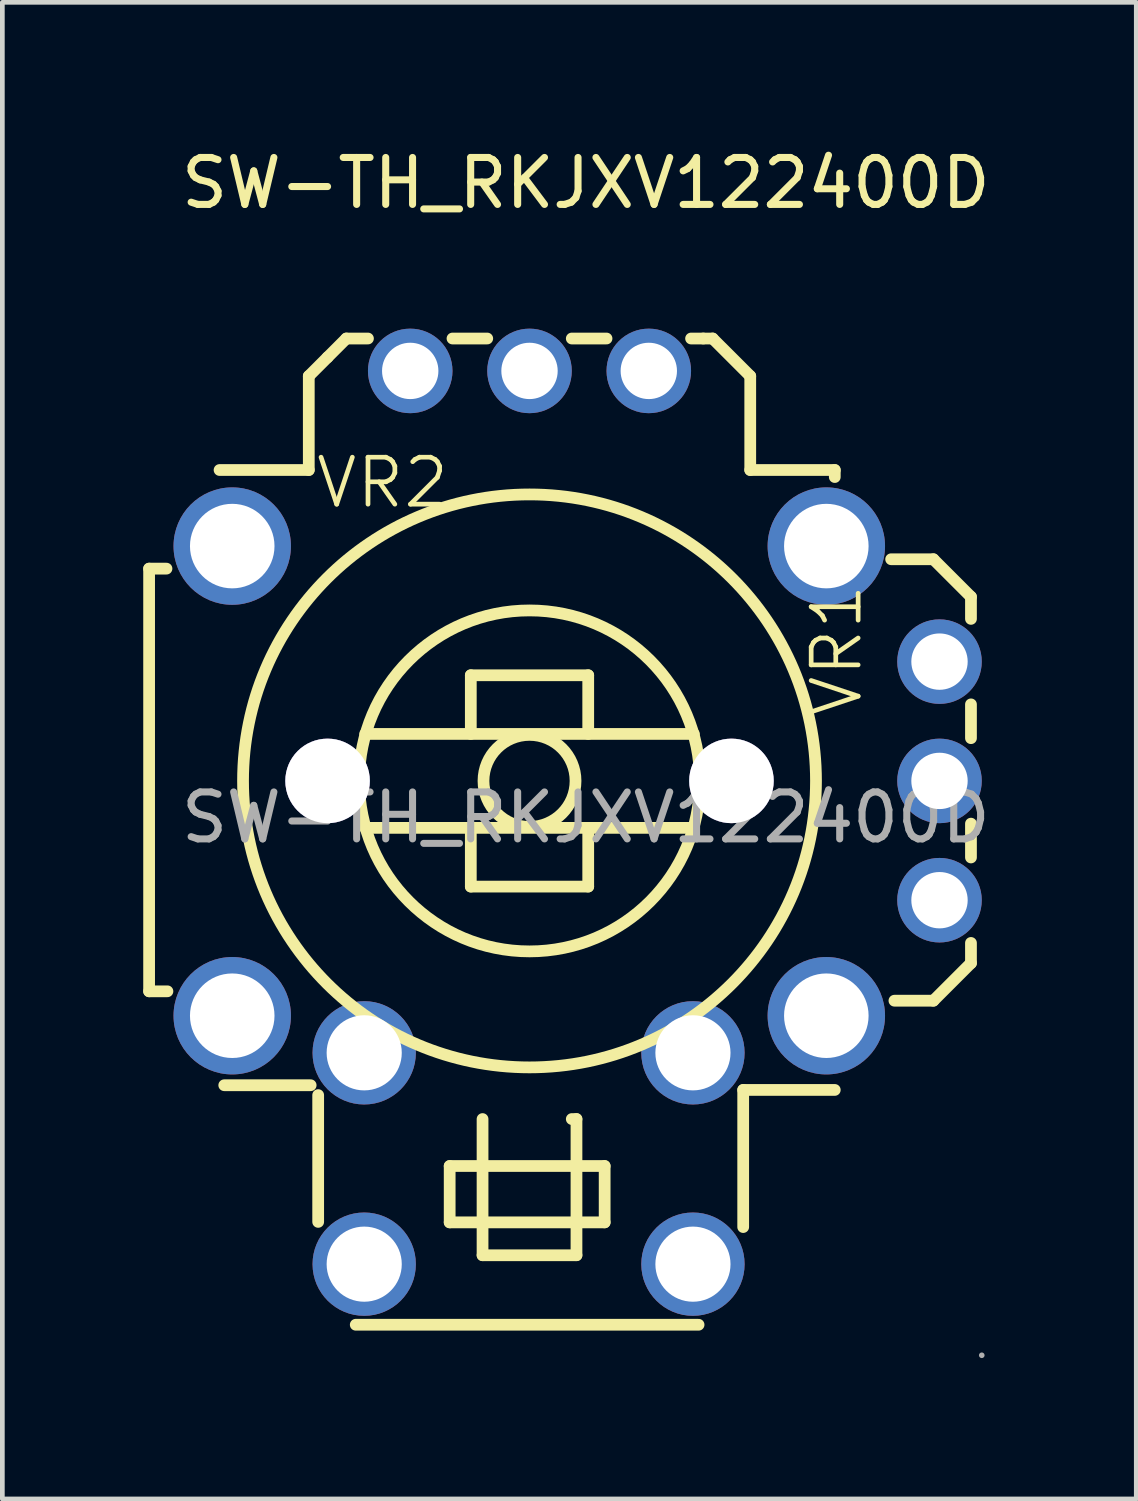
<source format=kicad_pcb>
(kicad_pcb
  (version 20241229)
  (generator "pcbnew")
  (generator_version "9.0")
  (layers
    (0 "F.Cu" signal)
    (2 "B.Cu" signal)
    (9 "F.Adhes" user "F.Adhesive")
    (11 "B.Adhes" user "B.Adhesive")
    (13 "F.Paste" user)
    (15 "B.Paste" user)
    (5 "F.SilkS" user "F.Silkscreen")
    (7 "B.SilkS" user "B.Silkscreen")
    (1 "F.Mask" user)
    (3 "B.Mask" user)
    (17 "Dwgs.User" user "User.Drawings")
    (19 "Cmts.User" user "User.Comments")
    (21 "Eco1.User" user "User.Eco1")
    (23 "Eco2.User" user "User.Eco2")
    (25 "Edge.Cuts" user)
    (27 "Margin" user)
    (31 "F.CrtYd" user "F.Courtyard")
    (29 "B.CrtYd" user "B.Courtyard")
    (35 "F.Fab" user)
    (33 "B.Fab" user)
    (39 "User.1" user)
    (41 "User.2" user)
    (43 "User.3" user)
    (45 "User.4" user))
  (footprint "SW-TH_RKJXV122400D"
    (layer "F.Cu")
    (at 9.425 14.358)
    (property "Reference" "SW-TH_RKJXV122400D" (at 0 -13.51 0) (layer "F.SilkS") (effects (font (size 1 1) (thickness 0.15))))
    (attr through_hole)
    (fp_line (start -9.3 -5.3) (end -9.3 3.7) (stroke (width 0.25) (type solid)) (layer "F.SilkS"))
    (fp_line (start -9.3 3.7) (end -8.91 3.7) (stroke (width 0.25) (type solid)) (layer "F.SilkS"))
    (fp_line (start -8.93 -5.3) (end -9.3 -5.3) (stroke (width 0.25) (type solid)) (layer "F.SilkS"))
    (fp_line (start -7.8 -7.4) (end -5.9 -7.4) (stroke (width 0.25) (type solid)) (layer "F.SilkS"))
    (fp_line (start -5.9 -9.4) (end -5.5 -9.8) (stroke (width 0.25) (type solid)) (layer "F.SilkS"))
    (fp_line (start -5.9 -7.4) (end -5.9 -9.4) (stroke (width 0.25) (type solid)) (layer "F.SilkS"))
    (fp_line (start -5.86 5.7) (end -7.7 5.7) (stroke (width 0.25) (type solid)) (layer "F.SilkS"))
    (fp_line (start -5.7 5.91) (end -5.7 8.61) (stroke (width 0.25) (type solid)) (layer "F.SilkS"))
    (fp_line (start -5.5 -9.8) (end -5.1 -10.2) (stroke (width 0.25) (type solid)) (layer "F.SilkS"))
    (fp_line (start -5.1 -10.2) (end -4.64 -10.2) (stroke (width 0.25) (type solid)) (layer "F.SilkS"))
    (fp_line (start -4.7 -1.78) (end 2.3 -1.78) (stroke (width 0.25) (type solid)) (layer "F.SilkS"))
    (fp_line (start -4.7 0.22) (end 2.3 0.22) (stroke (width 0.25) (type solid)) (layer "F.SilkS"))
    (fp_line (start -2.9 7.42) (end 0.4 7.42) (stroke (width 0.25) (type solid)) (layer "F.SilkS"))
    (fp_line (start -2.9 8.62) (end -2.9 7.42) (stroke (width 0.25) (type solid)) (layer "F.SilkS"))
    (fp_line (start -2.84 -10.2) (end -2.1 -10.2) (stroke (width 0.25) (type solid)) (layer "F.SilkS"))
    (fp_line (start -2.45 -3.03) (end 0.05 -3.03) (stroke (width 0.25) (type solid)) (layer "F.SilkS"))
    (fp_line (start -2.45 -1.78) (end -2.45 -3.03) (stroke (width 0.25) (type solid)) (layer "F.SilkS"))
    (fp_line (start -2.45 1.47) (end -2.45 0.22) (stroke (width 0.25) (type solid)) (layer "F.SilkS"))
    (fp_line (start -2.2 6.42) (end -2.2 9.32) (stroke (width 0.25) (type solid)) (layer "F.SilkS"))
    (fp_line (start -2.2 9.32) (end -0.2 9.32) (stroke (width 0.25) (type solid)) (layer "F.SilkS"))
    (fp_line (start -0.3 -10.2) (end 0.44 -10.2) (stroke (width 0.25) (type solid)) (layer "F.SilkS"))
    (fp_line (start -0.2 6.42) (end -0.3 6.42) (stroke (width 0.25) (type solid)) (layer "F.SilkS"))
    (fp_line (start -0.2 9.32) (end -0.2 6.42) (stroke (width 0.25) (type solid)) (layer "F.SilkS"))
    (fp_line (start 0.05 -3.03) (end 0.05 -1.78) (stroke (width 0.25) (type solid)) (layer "F.SilkS"))
    (fp_line (start 0.05 0.22) (end 0.05 1.47) (stroke (width 0.25) (type solid)) (layer "F.SilkS"))
    (fp_line (start 0.05 1.47) (end -2.45 1.47) (stroke (width 0.25) (type solid)) (layer "F.SilkS"))
    (fp_line (start 0.4 7.42) (end 0.4 8.62) (stroke (width 0.25) (type solid)) (layer "F.SilkS"))
    (fp_line (start 0.4 8.62) (end -2.9 8.62) (stroke (width 0.25) (type solid)) (layer "F.SilkS"))
    (fp_line (start 2.24 -10.2) (end 2.5 -10.2) (stroke (width 0.25) (type solid)) (layer "F.SilkS"))
    (fp_line (start 2.4 10.8) (end -4.9 10.8) (stroke (width 0.25) (type solid)) (layer "F.SilkS"))
    (fp_line (start 2.5 -10.2) (end 2.7 -10.2) (stroke (width 0.25) (type solid)) (layer "F.SilkS"))
    (fp_line (start 2.7 -10.2) (end 3.5 -9.4) (stroke (width 0.25) (type solid)) (layer "F.SilkS"))
    (fp_line (start 3.35 5.8) (end 3.35 8.72) (stroke (width 0.25) (type solid)) (layer "F.SilkS"))
    (fp_line (start 3.5 -9.4) (end 3.5 -7.4) (stroke (width 0.25) (type solid)) (layer "F.SilkS"))
    (fp_line (start 3.5 -7.4) (end 5.3 -7.4) (stroke (width 0.25) (type solid)) (layer "F.SilkS"))
    (fp_line (start 5.3 -7.4) (end 5.3 -7.25) (stroke (width 0.25) (type solid)) (layer "F.SilkS"))
    (fp_line (start 5.3 5.8) (end 3.35 5.8) (stroke (width 0.25) (type solid)) (layer "F.SilkS"))
    (fp_line (start 6.5 -5.5) (end 7.4 -5.5) (stroke (width 0.25) (type solid)) (layer "F.SilkS"))
    (fp_line (start 7.4 -5.5) (end 8.2 -4.7) (stroke (width 0.25) (type solid)) (layer "F.SilkS"))
    (fp_line (start 7.4 3.9) (end 6.57 3.9) (stroke (width 0.25) (type solid)) (layer "F.SilkS"))
    (fp_line (start 8.2 -4.7) (end 8.2 -4.23) (stroke (width 0.25) (type solid)) (layer "F.SilkS"))
    (fp_line (start 8.2 -2.41) (end 8.2 -1.69) (stroke (width 0.25) (type solid)) (layer "F.SilkS"))
    (fp_line (start 8.2 0.13) (end 8.2 0.85) (stroke (width 0.25) (type solid)) (layer "F.SilkS"))
    (fp_line (start 8.2 2.67) (end 8.2 3.1) (stroke (width 0.25) (type solid)) (layer "F.SilkS"))
    (fp_line (start 8.2 3.1) (end 7.4 3.9) (stroke (width 0.25) (type solid)) (layer "F.SilkS"))
    (fp_circle (center -1.2 -0.78) (end -0.22 -0.78) (stroke (width 0.25) (type solid)) (fill no) (layer "F.SilkS"))
    (fp_circle (center -1.2 -0.78) (end 2.43 -0.78) (stroke (width 0.25) (type solid)) (fill no) (layer "F.SilkS"))
    (fp_circle (center -1.2 -0.78) (end 4.9 -0.78) (stroke (width 0.25) (type solid)) (fill no) (layer "F.SilkS"))
    (fp_circle (center -7.53 -5.78) (end -7.13 -5.78) (stroke (width 0.8) (type solid)) (fill no) (layer "F.Fab"))
    (fp_circle (center -7.53 4.22) (end -7.13 4.22) (stroke (width 0.8) (type solid)) (fill no) (layer "F.Fab"))
    (fp_circle (center -5.5 -0.78) (end -5.1 -0.78) (stroke (width 0.8) (type solid)) (fill no) (layer "F.Fab"))
    (fp_circle (center -4.72 5.01) (end -4.37 5.01) (stroke (width 0.7) (type solid)) (fill no) (layer "F.Fab"))
    (fp_circle (center -4.72 9.51) (end -4.37 9.51) (stroke (width 0.7) (type solid)) (fill no) (layer "F.Fab"))
    (fp_circle (center -3.74 -9.51) (end -3.49 -9.51) (stroke (width 0.5) (type solid)) (fill no) (layer "F.Fab"))
    (fp_circle (center -1.2 -9.51) (end -0.95 -9.51) (stroke (width 0.5) (type solid)) (fill no) (layer "F.Fab"))
    (fp_circle (center 1.34 -9.51) (end 1.59 -9.51) (stroke (width 0.5) (type solid)) (fill no) (layer "F.Fab"))
    (fp_circle (center 2.28 5.01) (end 2.63 5.01) (stroke (width 0.7) (type solid)) (fill no) (layer "F.Fab"))
    (fp_circle (center 2.28 9.51) (end 2.63 9.51) (stroke (width 0.7) (type solid)) (fill no) (layer "F.Fab"))
    (fp_circle (center 3.1 -0.78) (end 3.5 -0.78) (stroke (width 0.8) (type solid)) (fill no) (layer "F.Fab"))
    (fp_circle (center 5.12 -5.78) (end 5.52 -5.78) (stroke (width 0.8) (type solid)) (fill no) (layer "F.Fab"))
    (fp_circle (center 5.12 4.22) (end 5.52 4.22) (stroke (width 0.8) (type solid)) (fill no) (layer "F.Fab"))
    (fp_circle (center 7.53 -3.32) (end 7.78 -3.32) (stroke (width 0.5) (type solid)) (fill no) (layer "F.Fab"))
    (fp_circle (center 7.53 -0.78) (end 7.78 -0.78) (stroke (width 0.5) (type solid)) (fill no) (layer "F.Fab"))
    (fp_circle (center 7.53 1.76) (end 7.78 1.76) (stroke (width 0.5) (type solid)) (fill no) (layer "F.Fab"))
    (fp_circle (center 8.43 11.45) (end 8.46 11.45) (stroke (width 0.06) (type solid)) (fill no) (layer "F.Fab"))
    (fp_text user "VR2" (at -5.8 -7.13 0) (layer "F.SilkS") (effects (font (size 1 1) (thickness 0.1)) (justify left)))
    (fp_text user "VR1" (at 5.34 -2.09 90) (layer "F.SilkS") (effects (font (size 1 1) (thickness 0.1)) (justify left)))
    (fp_text user "${REFERENCE}" (at 0 0 0) (layer "F.Fab") (effects (font (size 1 1) (thickness 0.15))))
    (pad "" thru_hole circle (at -5.5 -0.78) (size 1.8 1.8) (drill 1.8) (layers "*.Cu" "*.Mask"))
    (pad "" thru_hole circle (at 3.1 -0.78) (size 1.8 1.8) (drill 1.8) (layers "*.Cu" "*.Mask"))
    (pad "1" thru_hole circle (at 7.53 1.76) (size 1.8 1.8) (drill 1.2) (layers "*.Cu" "*.Paste" "*.Mask"))
    (pad "2" thru_hole circle (at 7.53 -0.78) (size 1.8 1.8) (drill 1.2) (layers "*.Cu" "*.Paste" "*.Mask"))
    (pad "3" thru_hole circle (at 7.53 -3.32) (size 1.8 1.8) (drill 1.2) (layers "*.Cu" "*.Paste" "*.Mask"))
    (pad "4" thru_hole circle (at 1.34 -9.51) (size 1.8 1.8) (drill 1.2) (layers "*.Cu" "*.Paste" "*.Mask"))
    (pad "5" thru_hole circle (at -1.2 -9.51) (size 1.8 1.8) (drill 1.2) (layers "*.Cu" "*.Paste" "*.Mask"))
    (pad "6" thru_hole circle (at -3.74 -9.51) (size 1.8 1.8) (drill 1.2) (layers "*.Cu" "*.Paste" "*.Mask"))
    (pad "7" thru_hole circle (at -7.53 -5.78) (size 2.5 2.5) (drill 1.8) (layers "*.Cu" "*.Paste" "*.Mask"))
    (pad "8" thru_hole circle (at -7.53 4.22) (size 2.5 2.5) (drill 1.8) (layers "*.Cu" "*.Paste" "*.Mask"))
    (pad "9" thru_hole circle (at 5.12 4.22) (size 2.5 2.5) (drill 1.8) (layers "*.Cu" "*.Paste" "*.Mask"))
    (pad "10" thru_hole circle (at 5.12 -5.78) (size 2.5 2.5) (drill 1.8) (layers "*.Cu" "*.Paste" "*.Mask"))
    (pad "a" thru_hole circle (at -4.72 5.01) (size 2.2 2.2) (drill 1.6) (layers "*.Cu" "*.Paste" "*.Mask"))
    (pad "b" thru_hole circle (at -4.72 9.51) (size 2.2 2.2) (drill 1.6) (layers "*.Cu" "*.Paste" "*.Mask"))
    (pad "c" thru_hole circle (at 2.28 5.01) (size 2.2 2.2) (drill 1.6) (layers "*.Cu" "*.Paste" "*.Mask"))
    (pad "d" thru_hole circle (at 2.28 9.51) (size 2.2 2.2) (drill 1.6) (layers "*.Cu" "*.Paste" "*.Mask")))
  (gr_rect
    (start -3 -3)
    (end 21.145 28.868)
    (stroke (width 0.1) (type default))
    (fill no)
    (layer "Edge.Cuts")))
</source>
